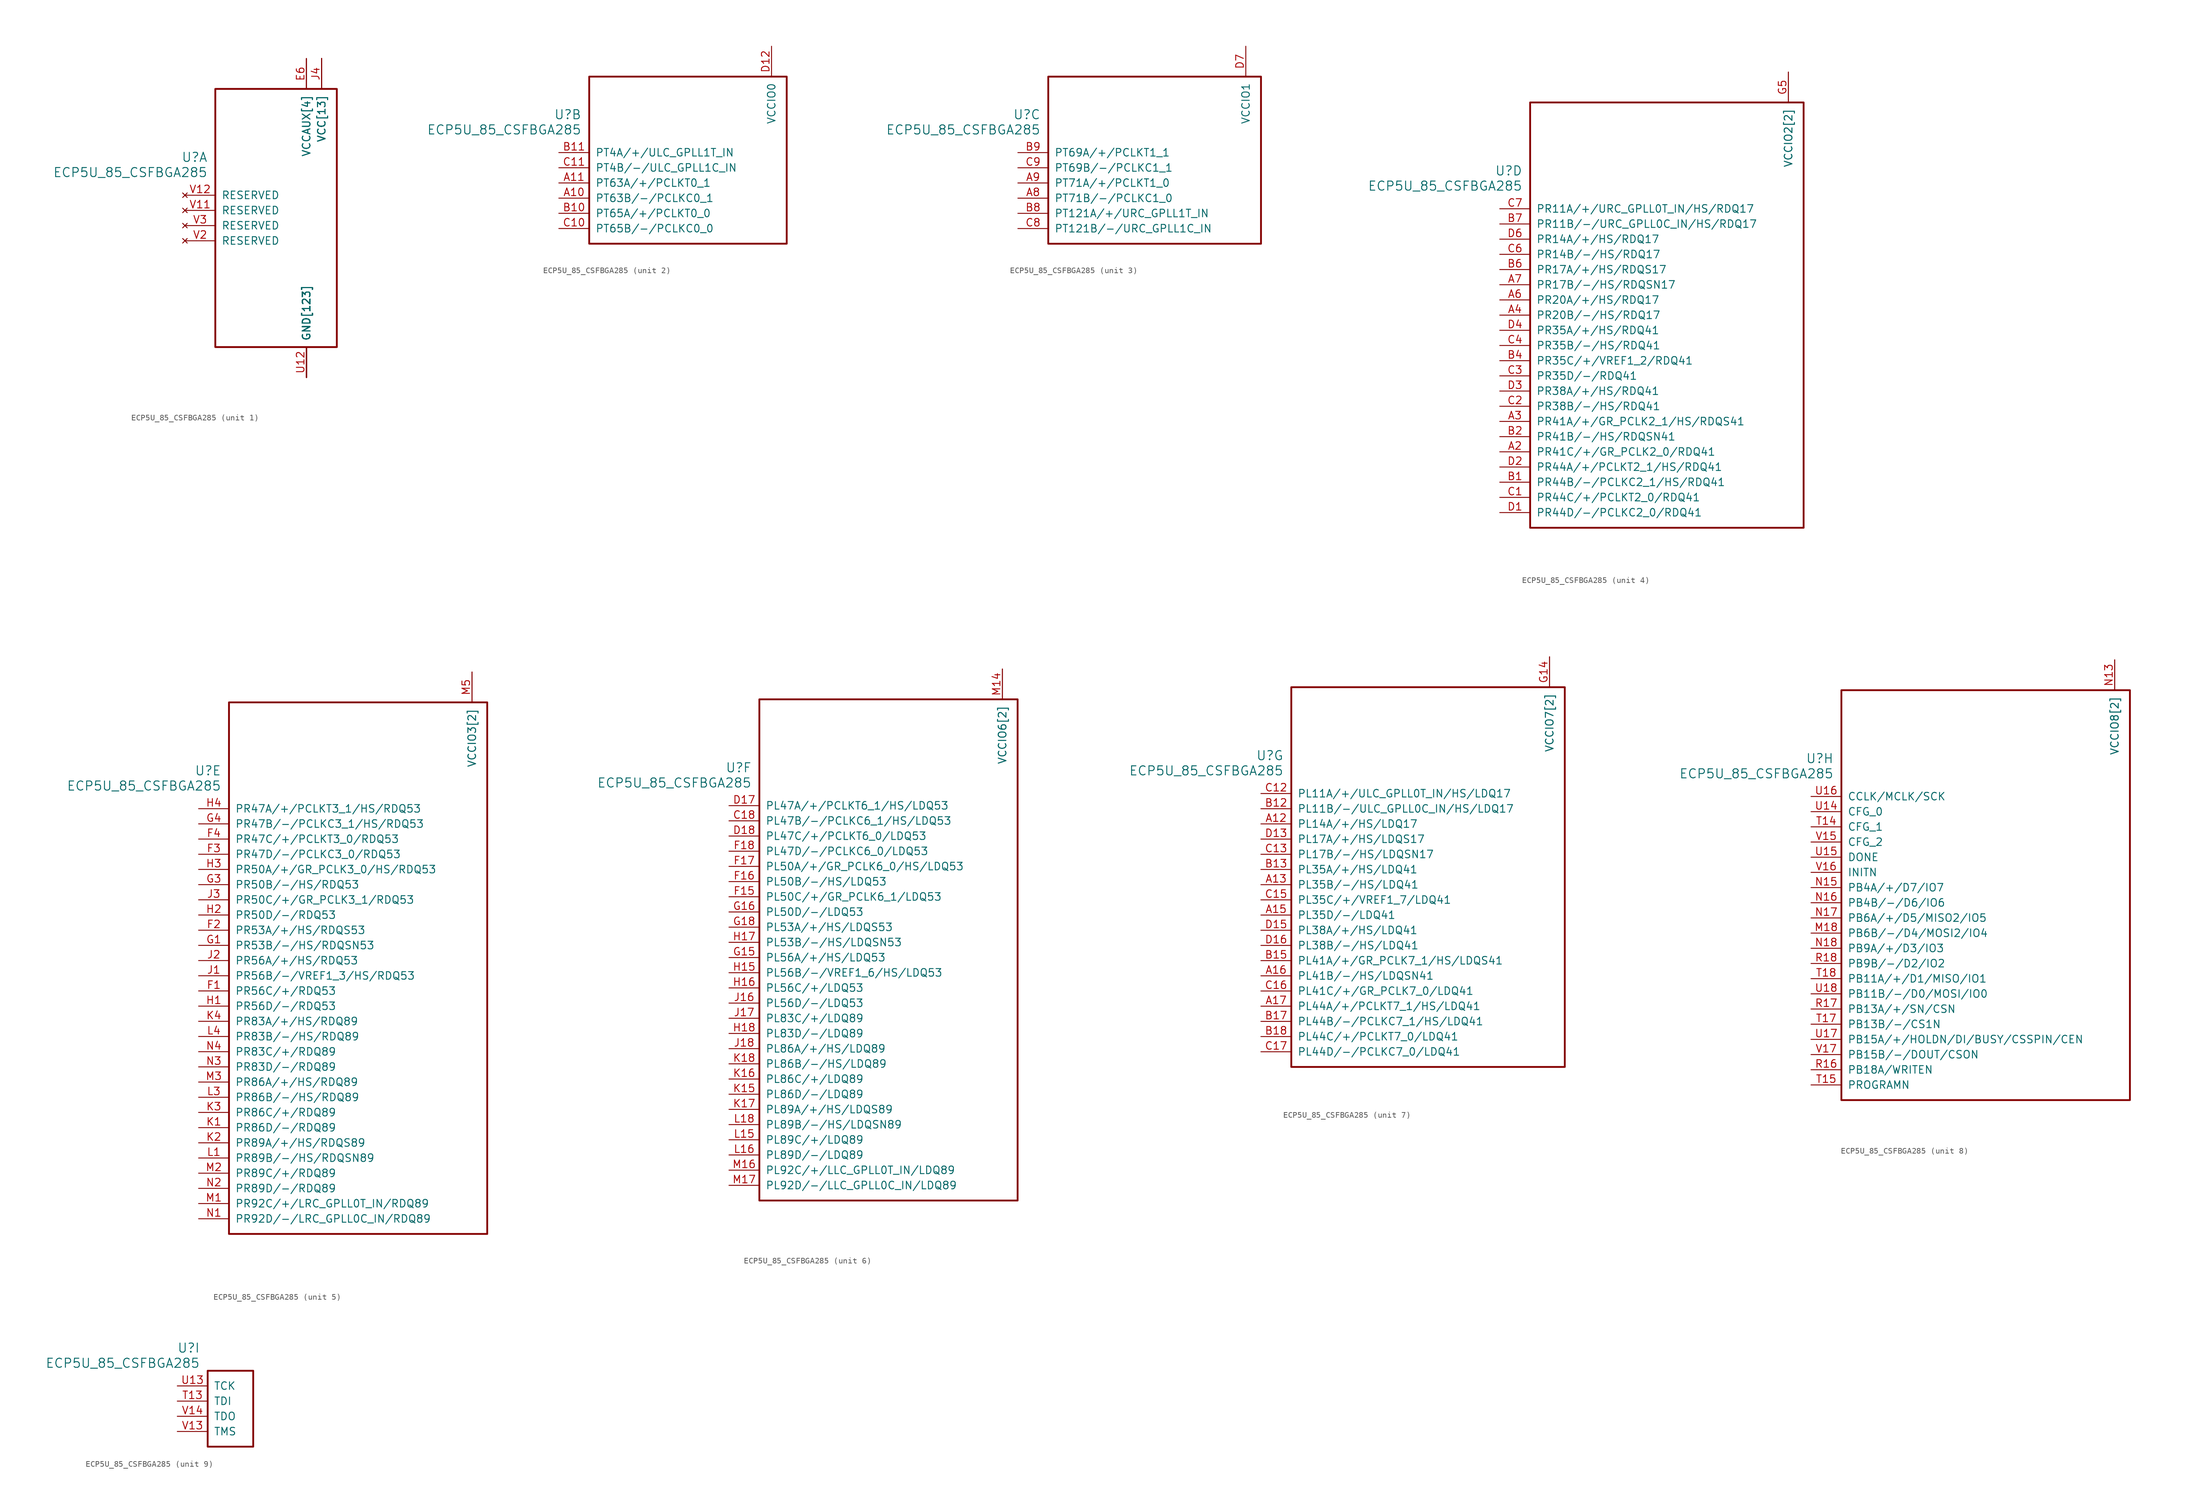
<source format=kicad_sym>
(kicad_symbol_lib
  (version 20211014)
  (generator kicad_symbol_editor)
  (symbol "ECP5U_85_CSFBGA285"
    (pin_names
      (offset 1.016))
    (property "Reference" "U"
      (at 3.81 6.35 0)
      (effects (font (size 1.524 1.524)) (justify right)))
    (property "Value" "ECP5U_85_CSFBGA285"
      (at 3.81 3.81 0)
      (effects (font (size 1.524 1.524)) (justify right)))
    (property "ki_locked" ""
      (at 0 0 0)
      (effects (font (size 1.27 1.27))))
    (symbol "ECP5U_85_CSFBGA285_1_1"
      (rectangle (start 5.08 17.78) (end 25.4 -25.4) (stroke (width 0.305) (type default) (color 0 0 0 0)) (fill (type none)))
      (pin power_in line (at 20.32 -30.48 90) (length 5.08) (name "GND[123]" (effects (font (size 1.27 1.27)))) (number "B16" (effects (font (size 0 0)))))
      (pin power_in line (at 20.32 -30.48 90) (length 5.08) (name "GND[123]" (effects (font (size 1.27 1.27)))) (number "B3" (effects (font (size 0 0)))))
      (pin power_in line (at 22.86 22.86 270) (length 5.08) (name "VCC[13]" (effects (font (size 1.27 1.27)))) (number "D10" (effects (font (size 0 0)))))
      (pin power_in line (at 22.86 22.86 270) (length 5.08) (name "VCC[13]" (effects (font (size 1.27 1.27)))) (number "D11" (effects (font (size 0 0)))))
      (pin power_in line (at 22.86 22.86 270) (length 5.08) (name "VCC[13]" (effects (font (size 1.27 1.27)))) (number "D8" (effects (font (size 0 0)))))
      (pin power_in line (at 22.86 22.86 270) (length 5.08) (name "VCC[13]" (effects (font (size 1.27 1.27)))) (number "D9" (effects (font (size 0 0)))))
      (pin power_in line (at 20.32 -30.48 90) (length 5.08) (name "GND[123]" (effects (font (size 1.27 1.27)))) (number "E10" (effects (font (size 0 0)))))
      (pin power_in line (at 20.32 -30.48 90) (length 5.08) (name "GND[123]" (effects (font (size 1.27 1.27)))) (number "E11" (effects (font (size 0 0)))))
      (pin power_in line (at 20.32 -30.48 90) (length 5.08) (name "GND[123]" (effects (font (size 1.27 1.27)))) (number "E12" (effects (font (size 0 0)))))
      (pin power_in line (at 20.32 22.86 270) (length 5.08) (name "VCCAUX[4]" (effects (font (size 1.27 1.27)))) (number "E13" (effects (font (size 0 0)))))
      (pin power_in line (at 20.32 -30.48 90) (length 5.08) (name "GND[123]" (effects (font (size 1.27 1.27)))) (number "E14" (effects (font (size 0 0)))))
      (pin power_in line (at 20.32 -30.48 90) (length 5.08) (name "GND[123]" (effects (font (size 1.27 1.27)))) (number "E5" (effects (font (size 0 0)))))
      (pin power_in line (at 20.32 22.86 270) (length 5.08) (name "VCCAUX[4]" (effects (font (size 1.27 1.27)))) (number "E6" (effects (font (size 1.27 1.27)))))
      (pin power_in line (at 20.32 -30.48 90) (length 5.08) (name "GND[123]" (effects (font (size 1.27 1.27)))) (number "E7" (effects (font (size 0 0)))))
      (pin power_in line (at 20.32 -30.48 90) (length 5.08) (name "GND[123]" (effects (font (size 1.27 1.27)))) (number "E8" (effects (font (size 0 0)))))
      (pin power_in line (at 20.32 -30.48 90) (length 5.08) (name "GND[123]" (effects (font (size 1.27 1.27)))) (number "E9" (effects (font (size 0 0)))))
      (pin power_in line (at 20.32 -30.48 90) (length 5.08) (name "GND[123]" (effects (font (size 1.27 1.27)))) (number "F10" (effects (font (size 0 0)))))
      (pin power_in line (at 20.32 -30.48 90) (length 5.08) (name "GND[123]" (effects (font (size 1.27 1.27)))) (number "F11" (effects (font (size 0 0)))))
      (pin power_in line (at 20.32 -30.48 90) (length 5.08) (name "GND[123]" (effects (font (size 1.27 1.27)))) (number "F12" (effects (font (size 0 0)))))
      (pin power_in line (at 20.32 -30.48 90) (length 5.08) (name "GND[123]" (effects (font (size 1.27 1.27)))) (number "F13" (effects (font (size 0 0)))))
      (pin power_in line (at 20.32 -30.48 90) (length 5.08) (name "GND[123]" (effects (font (size 1.27 1.27)))) (number "F14" (effects (font (size 0 0)))))
      (pin power_in line (at 20.32 -30.48 90) (length 5.08) (name "GND[123]" (effects (font (size 1.27 1.27)))) (number "F5" (effects (font (size 0 0)))))
      (pin power_in line (at 20.32 -30.48 90) (length 5.08) (name "GND[123]" (effects (font (size 1.27 1.27)))) (number "F6" (effects (font (size 0 0)))))
      (pin power_in line (at 20.32 -30.48 90) (length 5.08) (name "GND[123]" (effects (font (size 1.27 1.27)))) (number "F7" (effects (font (size 0 0)))))
      (pin power_in line (at 20.32 -30.48 90) (length 5.08) (name "GND[123]" (effects (font (size 1.27 1.27)))) (number "F8" (effects (font (size 0 0)))))
      (pin power_in line (at 20.32 -30.48 90) (length 5.08) (name "GND[123]" (effects (font (size 1.27 1.27)))) (number "F9" (effects (font (size 0 0)))))
      (pin power_in line (at 20.32 -30.48 90) (length 5.08) (name "GND[123]" (effects (font (size 1.27 1.27)))) (number "G10" (effects (font (size 0 0)))))
      (pin power_in line (at 20.32 -30.48 90) (length 5.08) (name "GND[123]" (effects (font (size 1.27 1.27)))) (number "G11" (effects (font (size 0 0)))))
      (pin power_in line (at 20.32 -30.48 90) (length 5.08) (name "GND[123]" (effects (font (size 1.27 1.27)))) (number "G12" (effects (font (size 0 0)))))
      (pin power_in line (at 20.32 -30.48 90) (length 5.08) (name "GND[123]" (effects (font (size 1.27 1.27)))) (number "G13" (effects (font (size 0 0)))))
      (pin power_in line (at 20.32 -30.48 90) (length 5.08) (name "GND[123]" (effects (font (size 1.27 1.27)))) (number "G17" (effects (font (size 0 0)))))
      (pin power_in line (at 20.32 -30.48 90) (length 5.08) (name "GND[123]" (effects (font (size 1.27 1.27)))) (number "G2" (effects (font (size 0 0)))))
      (pin power_in line (at 20.32 -30.48 90) (length 5.08) (name "GND[123]" (effects (font (size 1.27 1.27)))) (number "G6" (effects (font (size 0 0)))))
      (pin power_in line (at 20.32 -30.48 90) (length 5.08) (name "GND[123]" (effects (font (size 1.27 1.27)))) (number "G7" (effects (font (size 0 0)))))
      (pin power_in line (at 20.32 -30.48 90) (length 5.08) (name "GND[123]" (effects (font (size 1.27 1.27)))) (number "G8" (effects (font (size 0 0)))))
      (pin power_in line (at 20.32 -30.48 90) (length 5.08) (name "GND[123]" (effects (font (size 1.27 1.27)))) (number "G9" (effects (font (size 0 0)))))
      (pin power_in line (at 20.32 -30.48 90) (length 5.08) (name "GND[123]" (effects (font (size 1.27 1.27)))) (number "H10" (effects (font (size 0 0)))))
      (pin power_in line (at 20.32 -30.48 90) (length 5.08) (name "GND[123]" (effects (font (size 1.27 1.27)))) (number "H11" (effects (font (size 0 0)))))
      (pin power_in line (at 20.32 -30.48 90) (length 5.08) (name "GND[123]" (effects (font (size 1.27 1.27)))) (number "H12" (effects (font (size 0 0)))))
      (pin power_in line (at 20.32 -30.48 90) (length 5.08) (name "GND[123]" (effects (font (size 1.27 1.27)))) (number "H13" (effects (font (size 0 0)))))
      (pin power_in line (at 20.32 -30.48 90) (length 5.08) (name "GND[123]" (effects (font (size 1.27 1.27)))) (number "H6" (effects (font (size 0 0)))))
      (pin power_in line (at 20.32 -30.48 90) (length 5.08) (name "GND[123]" (effects (font (size 1.27 1.27)))) (number "H7" (effects (font (size 0 0)))))
      (pin power_in line (at 20.32 -30.48 90) (length 5.08) (name "GND[123]" (effects (font (size 1.27 1.27)))) (number "H8" (effects (font (size 0 0)))))
      (pin power_in line (at 20.32 -30.48 90) (length 5.08) (name "GND[123]" (effects (font (size 1.27 1.27)))) (number "H9" (effects (font (size 0 0)))))
      (pin power_in line (at 20.32 -30.48 90) (length 5.08) (name "GND[123]" (effects (font (size 1.27 1.27)))) (number "J10" (effects (font (size 0 0)))))
      (pin power_in line (at 20.32 -30.48 90) (length 5.08) (name "GND[123]" (effects (font (size 1.27 1.27)))) (number "J11" (effects (font (size 0 0)))))
      (pin power_in line (at 20.32 -30.48 90) (length 5.08) (name "GND[123]" (effects (font (size 1.27 1.27)))) (number "J12" (effects (font (size 0 0)))))
      (pin power_in line (at 20.32 -30.48 90) (length 5.08) (name "GND[123]" (effects (font (size 1.27 1.27)))) (number "J13" (effects (font (size 0 0)))))
      (pin power_in line (at 22.86 22.86 270) (length 5.08) (name "VCC[13]" (effects (font (size 1.27 1.27)))) (number "J14" (effects (font (size 0 0)))))
      (pin power_in line (at 22.86 22.86 270) (length 5.08) (name "VCC[13]" (effects (font (size 1.27 1.27)))) (number "J15" (effects (font (size 0 0)))))
      (pin power_in line (at 22.86 22.86 270) (length 5.08) (name "VCC[13]" (effects (font (size 1.27 1.27)))) (number "J4" (effects (font (size 1.27 1.27)))))
      (pin power_in line (at 22.86 22.86 270) (length 5.08) (name "VCC[13]" (effects (font (size 1.27 1.27)))) (number "J5" (effects (font (size 0 0)))))
      (pin power_in line (at 20.32 -30.48 90) (length 5.08) (name "GND[123]" (effects (font (size 1.27 1.27)))) (number "J6" (effects (font (size 0 0)))))
      (pin power_in line (at 20.32 -30.48 90) (length 5.08) (name "GND[123]" (effects (font (size 1.27 1.27)))) (number "J7" (effects (font (size 0 0)))))
      (pin power_in line (at 20.32 -30.48 90) (length 5.08) (name "GND[123]" (effects (font (size 1.27 1.27)))) (number "J8" (effects (font (size 0 0)))))
      (pin power_in line (at 20.32 -30.48 90) (length 5.08) (name "GND[123]" (effects (font (size 1.27 1.27)))) (number "J9" (effects (font (size 0 0)))))
      (pin power_in line (at 20.32 -30.48 90) (length 5.08) (name "GND[123]" (effects (font (size 1.27 1.27)))) (number "K10" (effects (font (size 0 0)))))
      (pin power_in line (at 20.32 -30.48 90) (length 5.08) (name "GND[123]" (effects (font (size 1.27 1.27)))) (number "K11" (effects (font (size 0 0)))))
      (pin power_in line (at 20.32 -30.48 90) (length 5.08) (name "GND[123]" (effects (font (size 1.27 1.27)))) (number "K12" (effects (font (size 0 0)))))
      (pin power_in line (at 20.32 -30.48 90) (length 5.08) (name "GND[123]" (effects (font (size 1.27 1.27)))) (number "K13" (effects (font (size 0 0)))))
      (pin power_in line (at 20.32 -30.48 90) (length 5.08) (name "GND[123]" (effects (font (size 1.27 1.27)))) (number "K14" (effects (font (size 0 0)))))
      (pin power_in line (at 20.32 -30.48 90) (length 5.08) (name "GND[123]" (effects (font (size 1.27 1.27)))) (number "K5" (effects (font (size 0 0)))))
      (pin power_in line (at 20.32 -30.48 90) (length 5.08) (name "GND[123]" (effects (font (size 1.27 1.27)))) (number "K6" (effects (font (size 0 0)))))
      (pin power_in line (at 20.32 -30.48 90) (length 5.08) (name "GND[123]" (effects (font (size 1.27 1.27)))) (number "K7" (effects (font (size 0 0)))))
      (pin power_in line (at 20.32 -30.48 90) (length 5.08) (name "GND[123]" (effects (font (size 1.27 1.27)))) (number "K8" (effects (font (size 0 0)))))
      (pin power_in line (at 20.32 -30.48 90) (length 5.08) (name "GND[123]" (effects (font (size 1.27 1.27)))) (number "K9" (effects (font (size 0 0)))))
      (pin power_in line (at 20.32 -30.48 90) (length 5.08) (name "GND[123]" (effects (font (size 1.27 1.27)))) (number "L10" (effects (font (size 0 0)))))
      (pin power_in line (at 20.32 -30.48 90) (length 5.08) (name "GND[123]" (effects (font (size 1.27 1.27)))) (number "L11" (effects (font (size 0 0)))))
      (pin power_in line (at 20.32 -30.48 90) (length 5.08) (name "GND[123]" (effects (font (size 1.27 1.27)))) (number "L12" (effects (font (size 0 0)))))
      (pin power_in line (at 20.32 -30.48 90) (length 5.08) (name "GND[123]" (effects (font (size 1.27 1.27)))) (number "L13" (effects (font (size 0 0)))))
      (pin power_in line (at 20.32 -30.48 90) (length 5.08) (name "GND[123]" (effects (font (size 1.27 1.27)))) (number "L14" (effects (font (size 0 0)))))
      (pin power_in line (at 20.32 -30.48 90) (length 5.08) (name "GND[123]" (effects (font (size 1.27 1.27)))) (number "L17" (effects (font (size 0 0)))))
      (pin power_in line (at 20.32 -30.48 90) (length 5.08) (name "GND[123]" (effects (font (size 1.27 1.27)))) (number "L2" (effects (font (size 0 0)))))
      (pin power_in line (at 20.32 -30.48 90) (length 5.08) (name "GND[123]" (effects (font (size 1.27 1.27)))) (number "L5" (effects (font (size 0 0)))))
      (pin power_in line (at 20.32 -30.48 90) (length 5.08) (name "GND[123]" (effects (font (size 1.27 1.27)))) (number "L6" (effects (font (size 0 0)))))
      (pin power_in line (at 20.32 -30.48 90) (length 5.08) (name "GND[123]" (effects (font (size 1.27 1.27)))) (number "L7" (effects (font (size 0 0)))))
      (pin power_in line (at 20.32 -30.48 90) (length 5.08) (name "GND[123]" (effects (font (size 1.27 1.27)))) (number "L8" (effects (font (size 0 0)))))
      (pin power_in line (at 20.32 -30.48 90) (length 5.08) (name "GND[123]" (effects (font (size 1.27 1.27)))) (number "L9" (effects (font (size 0 0)))))
      (pin power_in line (at 20.32 -30.48 90) (length 5.08) (name "GND[123]" (effects (font (size 1.27 1.27)))) (number "M10" (effects (font (size 0 0)))))
      (pin power_in line (at 20.32 -30.48 90) (length 5.08) (name "GND[123]" (effects (font (size 1.27 1.27)))) (number "M11" (effects (font (size 0 0)))))
      (pin power_in line (at 20.32 -30.48 90) (length 5.08) (name "GND[123]" (effects (font (size 1.27 1.27)))) (number "M12" (effects (font (size 0 0)))))
      (pin power_in line (at 20.32 -30.48 90) (length 5.08) (name "GND[123]" (effects (font (size 1.27 1.27)))) (number "M13" (effects (font (size 0 0)))))
      (pin power_in line (at 22.86 22.86 270) (length 5.08) (name "VCC[13]" (effects (font (size 1.27 1.27)))) (number "M15" (effects (font (size 0 0)))))
      (pin power_in line (at 22.86 22.86 270) (length 5.08) (name "VCC[13]" (effects (font (size 1.27 1.27)))) (number "M4" (effects (font (size 0 0)))))
      (pin power_in line (at 20.32 -30.48 90) (length 5.08) (name "GND[123]" (effects (font (size 1.27 1.27)))) (number "M6" (effects (font (size 0 0)))))
      (pin power_in line (at 20.32 -30.48 90) (length 5.08) (name "GND[123]" (effects (font (size 1.27 1.27)))) (number "M7" (effects (font (size 0 0)))))
      (pin power_in line (at 20.32 -30.48 90) (length 5.08) (name "GND[123]" (effects (font (size 1.27 1.27)))) (number "M8" (effects (font (size 0 0)))))
      (pin power_in line (at 20.32 -30.48 90) (length 5.08) (name "GND[123]" (effects (font (size 1.27 1.27)))) (number "M9" (effects (font (size 0 0)))))
      (pin power_in line (at 20.32 -30.48 90) (length 5.08) (name "GND[123]" (effects (font (size 1.27 1.27)))) (number "N10" (effects (font (size 0 0)))))
      (pin power_in line (at 20.32 -30.48 90) (length 5.08) (name "GND[123]" (effects (font (size 1.27 1.27)))) (number "N11" (effects (font (size 0 0)))))
      (pin power_in line (at 20.32 -30.48 90) (length 5.08) (name "GND[123]" (effects (font (size 1.27 1.27)))) (number "N12" (effects (font (size 0 0)))))
      (pin power_in line (at 20.32 22.86 270) (length 5.08) (name "VCCAUX[4]" (effects (font (size 1.27 1.27)))) (number "N6" (effects (font (size 0 0)))))
      (pin power_in line (at 20.32 -30.48 90) (length 5.08) (name "GND[123]" (effects (font (size 1.27 1.27)))) (number "N7" (effects (font (size 0 0)))))
      (pin power_in line (at 20.32 -30.48 90) (length 5.08) (name "GND[123]" (effects (font (size 1.27 1.27)))) (number "N8" (effects (font (size 0 0)))))
      (pin power_in line (at 20.32 -30.48 90) (length 5.08) (name "GND[123]" (effects (font (size 1.27 1.27)))) (number "N9" (effects (font (size 0 0)))))
      (pin power_in line (at 20.32 -30.48 90) (length 5.08) (name "GND[123]" (effects (font (size 1.27 1.27)))) (number "P10" (effects (font (size 0 0)))))
      (pin power_in line (at 22.86 22.86 270) (length 5.08) (name "VCC[13]" (effects (font (size 1.27 1.27)))) (number "P11" (effects (font (size 0 0)))))
      (pin power_in line (at 20.32 -30.48 90) (length 5.08) (name "GND[123]" (effects (font (size 1.27 1.27)))) (number "P12" (effects (font (size 0 0)))))
      (pin power_in line (at 20.32 22.86 270) (length 5.08) (name "VCCAUX[4]" (effects (font (size 1.27 1.27)))) (number "P13" (effects (font (size 0 0)))))
      (pin power_in line (at 20.32 -30.48 90) (length 5.08) (name "GND[123]" (effects (font (size 1.27 1.27)))) (number "P5" (effects (font (size 0 0)))))
      (pin power_in line (at 20.32 -30.48 90) (length 5.08) (name "GND[123]" (effects (font (size 1.27 1.27)))) (number "P6" (effects (font (size 0 0)))))
      (pin power_in line (at 22.86 22.86 270) (length 5.08) (name "VCC[13]" (effects (font (size 1.27 1.27)))) (number "P7" (effects (font (size 0 0)))))
      (pin power_in line (at 20.32 -30.48 90) (length 5.08) (name "GND[123]" (effects (font (size 1.27 1.27)))) (number "P8" (effects (font (size 0 0)))))
      (pin power_in line (at 22.86 22.86 270) (length 5.08) (name "VCC[13]" (effects (font (size 1.27 1.27)))) (number "P9" (effects (font (size 0 0)))))
      (pin power_in line (at 20.32 -30.48 90) (length 5.08) (name "GND[123]" (effects (font (size 1.27 1.27)))) (number "R1" (effects (font (size 0 0)))))
      (pin power_in line (at 20.32 -30.48 90) (length 5.08) (name "GND[123]" (effects (font (size 1.27 1.27)))) (number "R10" (effects (font (size 0 0)))))
      (pin power_in line (at 20.32 -30.48 90) (length 5.08) (name "GND[123]" (effects (font (size 1.27 1.27)))) (number "R2" (effects (font (size 0 0)))))
      (pin power_in line (at 20.32 -30.48 90) (length 5.08) (name "GND[123]" (effects (font (size 1.27 1.27)))) (number "R3" (effects (font (size 0 0)))))
      (pin power_in line (at 20.32 -30.48 90) (length 5.08) (name "GND[123]" (effects (font (size 1.27 1.27)))) (number "T1" (effects (font (size 0 0)))))
      (pin power_in line (at 20.32 -30.48 90) (length 5.08) (name "GND[123]" (effects (font (size 1.27 1.27)))) (number "T10" (effects (font (size 0 0)))))
      (pin power_in line (at 20.32 -30.48 90) (length 5.08) (name "GND[123]" (effects (font (size 1.27 1.27)))) (number "T11" (effects (font (size 0 0)))))
      (pin power_in line (at 20.32 -30.48 90) (length 5.08) (name "GND[123]" (effects (font (size 1.27 1.27)))) (number "T12" (effects (font (size 0 0)))))
      (pin power_in line (at 20.32 -30.48 90) (length 5.08) (name "GND[123]" (effects (font (size 1.27 1.27)))) (number "T16" (effects (font (size 0 0)))))
      (pin power_in line (at 20.32 -30.48 90) (length 5.08) (name "GND[123]" (effects (font (size 1.27 1.27)))) (number "T2" (effects (font (size 0 0)))))
      (pin power_in line (at 20.32 -30.48 90) (length 5.08) (name "GND[123]" (effects (font (size 1.27 1.27)))) (number "T3" (effects (font (size 0 0)))))
      (pin power_in line (at 20.32 -30.48 90) (length 5.08) (name "GND[123]" (effects (font (size 1.27 1.27)))) (number "T4" (effects (font (size 0 0)))))
      (pin power_in line (at 20.32 -30.48 90) (length 5.08) (name "GND[123]" (effects (font (size 1.27 1.27)))) (number "T5" (effects (font (size 0 0)))))
      (pin power_in line (at 20.32 -30.48 90) (length 5.08) (name "GND[123]" (effects (font (size 1.27 1.27)))) (number "T6" (effects (font (size 0 0)))))
      (pin power_in line (at 20.32 -30.48 90) (length 5.08) (name "GND[123]" (effects (font (size 1.27 1.27)))) (number "T7" (effects (font (size 0 0)))))
      (pin power_in line (at 20.32 -30.48 90) (length 5.08) (name "GND[123]" (effects (font (size 1.27 1.27)))) (number "T8" (effects (font (size 0 0)))))
      (pin power_in line (at 20.32 -30.48 90) (length 5.08) (name "GND[123]" (effects (font (size 1.27 1.27)))) (number "T9" (effects (font (size 0 0)))))
      (pin power_in line (at 20.32 -30.48 90) (length 5.08) (name "GND[123]" (effects (font (size 1.27 1.27)))) (number "U1" (effects (font (size 0 0)))))
      (pin power_in line (at 20.32 -30.48 90) (length 5.08) (name "GND[123]" (effects (font (size 1.27 1.27)))) (number "U10" (effects (font (size 0 0)))))
      (pin power_in line (at 20.32 -30.48 90) (length 5.08) (name "GND[123]" (effects (font (size 1.27 1.27)))) (number "U11" (effects (font (size 0 0)))))
      (pin power_in line (at 20.32 -30.48 90) (length 5.08) (name "GND[123]" (effects (font (size 1.27 1.27)))) (number "U12" (effects (font (size 1.27 1.27)))))
      (pin power_in line (at 20.32 -30.48 90) (length 5.08) (name "GND[123]" (effects (font (size 1.27 1.27)))) (number "U2" (effects (font (size 0 0)))))
      (pin power_in line (at 20.32 -30.48 90) (length 5.08) (name "GND[123]" (effects (font (size 1.27 1.27)))) (number "U3" (effects (font (size 0 0)))))
      (pin power_in line (at 20.32 -30.48 90) (length 5.08) (name "GND[123]" (effects (font (size 1.27 1.27)))) (number "U4" (effects (font (size 0 0)))))
      (pin power_in line (at 20.32 -30.48 90) (length 5.08) (name "GND[123]" (effects (font (size 1.27 1.27)))) (number "U5" (effects (font (size 0 0)))))
      (pin power_in line (at 20.32 -30.48 90) (length 5.08) (name "GND[123]" (effects (font (size 1.27 1.27)))) (number "U6" (effects (font (size 0 0)))))
      (pin power_in line (at 20.32 -30.48 90) (length 5.08) (name "GND[123]" (effects (font (size 1.27 1.27)))) (number "U7" (effects (font (size 0 0)))))
      (pin power_in line (at 20.32 -30.48 90) (length 5.08) (name "GND[123]" (effects (font (size 1.27 1.27)))) (number "U8" (effects (font (size 0 0)))))
      (pin power_in line (at 20.32 -30.48 90) (length 5.08) (name "GND[123]" (effects (font (size 1.27 1.27)))) (number "U9" (effects (font (size 0 0)))))
      (pin power_in line (at 20.32 -30.48 90) (length 5.08) (name "GND[123]" (effects (font (size 1.27 1.27)))) (number "V10" (effects (font (size 0 0)))))
      (pin no_connect line (at 0 -2.54 0) (length 5.08) (name "RESERVED" (effects (font (size 1.27 1.27)))) (number "V11" (effects (font (size 1.27 1.27)))))
      (pin no_connect line (at 0 0 0) (length 5.08) (name "RESERVED" (effects (font (size 1.27 1.27)))) (number "V12" (effects (font (size 1.27 1.27)))))
      (pin no_connect line (at 0 -7.62 0) (length 5.08) (name "RESERVED" (effects (font (size 1.27 1.27)))) (number "V2" (effects (font (size 1.27 1.27)))))
      (pin no_connect line (at 0 -5.08 0) (length 5.08) (name "RESERVED" (effects (font (size 1.27 1.27)))) (number "V3" (effects (font (size 1.27 1.27)))))
      (pin power_in line (at 20.32 -30.48 90) (length 5.08) (name "GND[123]" (effects (font (size 1.27 1.27)))) (number "V4" (effects (font (size 0 0)))))
      (pin power_in line (at 20.32 -30.48 90) (length 5.08) (name "GND[123]" (effects (font (size 1.27 1.27)))) (number "V5" (effects (font (size 0 0)))))
      (pin power_in line (at 20.32 -30.48 90) (length 5.08) (name "GND[123]" (effects (font (size 1.27 1.27)))) (number "V6" (effects (font (size 0 0)))))
      (pin power_in line (at 20.32 -30.48 90) (length 5.08) (name "GND[123]" (effects (font (size 1.27 1.27)))) (number "V7" (effects (font (size 0 0)))))
      (pin power_in line (at 20.32 -30.48 90) (length 5.08) (name "GND[123]" (effects (font (size 1.27 1.27)))) (number "V8" (effects (font (size 0 0)))))
      (pin power_in line (at 20.32 -30.48 90) (length 5.08) (name "GND[123]" (effects (font (size 1.27 1.27)))) (number "V9" (effects (font (size 0 0))))))
    (symbol "ECP5U_85_CSFBGA285_2_1"
      (rectangle (start 5.08 12.7) (end 38.1 -15.24) (stroke (width 0.305) (type default) (color 0 0 0 0)) (fill (type none)))
      (pin bidirectional line (at 0 -7.62 0) (length 5.08) (name "PT63B/-/PCLKC0_1" (effects (font (size 1.27 1.27)))) (number "A10" (effects (font (size 1.27 1.27)))))
      (pin bidirectional line (at 0 -5.08 0) (length 5.08) (name "PT63A/+/PCLKT0_1" (effects (font (size 1.27 1.27)))) (number "A11" (effects (font (size 1.27 1.27)))))
      (pin bidirectional line (at 0 -10.16 0) (length 5.08) (name "PT65A/+/PCLKT0_0" (effects (font (size 1.27 1.27)))) (number "B10" (effects (font (size 1.27 1.27)))))
      (pin bidirectional line (at 0 0 0) (length 5.08) (name "PT4A/+/ULC_GPLL1T_IN" (effects (font (size 1.27 1.27)))) (number "B11" (effects (font (size 1.27 1.27)))))
      (pin bidirectional line (at 0 -12.7 0) (length 5.08) (name "PT65B/-/PCLKC0_0" (effects (font (size 1.27 1.27)))) (number "C10" (effects (font (size 1.27 1.27)))))
      (pin bidirectional line (at 0 -2.54 0) (length 5.08) (name "PT4B/-/ULC_GPLL1C_IN" (effects (font (size 1.27 1.27)))) (number "C11" (effects (font (size 1.27 1.27)))))
      (pin power_in line (at 35.56 17.78 270) (length 5.08) (name "VCCIO0" (effects (font (size 1.27 1.27)))) (number "D12" (effects (font (size 1.27 1.27))))))
    (symbol "ECP5U_85_CSFBGA285_3_1"
      (rectangle (start 5.08 12.7) (end 40.64 -15.24) (stroke (width 0.305) (type default) (color 0 0 0 0)) (fill (type none)))
      (pin bidirectional line (at 0 -7.62 0) (length 5.08) (name "PT71B/-/PCLKC1_0" (effects (font (size 1.27 1.27)))) (number "A8" (effects (font (size 1.27 1.27)))))
      (pin bidirectional line (at 0 -5.08 0) (length 5.08) (name "PT71A/+/PCLKT1_0" (effects (font (size 1.27 1.27)))) (number "A9" (effects (font (size 1.27 1.27)))))
      (pin bidirectional line (at 0 -10.16 0) (length 5.08) (name "PT121A/+/URC_GPLL1T_IN" (effects (font (size 1.27 1.27)))) (number "B8" (effects (font (size 1.27 1.27)))))
      (pin bidirectional line (at 0 0 0) (length 5.08) (name "PT69A/+/PCLKT1_1" (effects (font (size 1.27 1.27)))) (number "B9" (effects (font (size 1.27 1.27)))))
      (pin bidirectional line (at 0 -12.7 0) (length 5.08) (name "PT121B/-/URC_GPLL1C_IN" (effects (font (size 1.27 1.27)))) (number "C8" (effects (font (size 1.27 1.27)))))
      (pin bidirectional line (at 0 -2.54 0) (length 5.08) (name "PT69B/-/PCLKC1_1" (effects (font (size 1.27 1.27)))) (number "C9" (effects (font (size 1.27 1.27)))))
      (pin power_in line (at 38.1 17.78 270) (length 5.08) (name "VCCIO1" (effects (font (size 1.27 1.27)))) (number "D7" (effects (font (size 1.27 1.27))))))
    (symbol "ECP5U_85_CSFBGA285_4_1"
      (rectangle (start 5.08 17.78) (end 50.8 -53.34) (stroke (width 0.305) (type default) (color 0 0 0 0)) (fill (type none)))
      (pin bidirectional line (at 0 -40.64 0) (length 5.08) (name "PR41C/+/GR_PCLK2_0/RDQ41" (effects (font (size 1.27 1.27)))) (number "A2" (effects (font (size 1.27 1.27)))))
      (pin bidirectional line (at 0 -35.56 0) (length 5.08) (name "PR41A/+/GR_PCLK2_1/HS/RDQS41" (effects (font (size 1.27 1.27)))) (number "A3" (effects (font (size 1.27 1.27)))))
      (pin bidirectional line (at 0 -17.78 0) (length 5.08) (name "PR20B/-/HS/RDQ17" (effects (font (size 1.27 1.27)))) (number "A4" (effects (font (size 1.27 1.27)))))
      (pin bidirectional line (at 0 -15.24 0) (length 5.08) (name "PR20A/+/HS/RDQ17" (effects (font (size 1.27 1.27)))) (number "A6" (effects (font (size 1.27 1.27)))))
      (pin bidirectional line (at 0 -12.7 0) (length 5.08) (name "PR17B/-/HS/RDQSN17" (effects (font (size 1.27 1.27)))) (number "A7" (effects (font (size 1.27 1.27)))))
      (pin bidirectional line (at 0 -45.72 0) (length 5.08) (name "PR44B/-/PCLKC2_1/HS/RDQ41" (effects (font (size 1.27 1.27)))) (number "B1" (effects (font (size 1.27 1.27)))))
      (pin bidirectional line (at 0 -38.1 0) (length 5.08) (name "PR41B/-/HS/RDQSN41" (effects (font (size 1.27 1.27)))) (number "B2" (effects (font (size 1.27 1.27)))))
      (pin bidirectional line (at 0 -25.4 0) (length 5.08) (name "PR35C/+/VREF1_2/RDQ41" (effects (font (size 1.27 1.27)))) (number "B4" (effects (font (size 1.27 1.27)))))
      (pin bidirectional line (at 0 -10.16 0) (length 5.08) (name "PR17A/+/HS/RDQS17" (effects (font (size 1.27 1.27)))) (number "B6" (effects (font (size 1.27 1.27)))))
      (pin bidirectional line (at 0 -2.54 0) (length 5.08) (name "PR11B/-/URC_GPLL0C_IN/HS/RDQ17" (effects (font (size 1.27 1.27)))) (number "B7" (effects (font (size 1.27 1.27)))))
      (pin bidirectional line (at 0 -48.26 0) (length 5.08) (name "PR44C/+/PCLKT2_0/RDQ41" (effects (font (size 1.27 1.27)))) (number "C1" (effects (font (size 1.27 1.27)))))
      (pin bidirectional line (at 0 -33.02 0) (length 5.08) (name "PR38B/-/HS/RDQ41" (effects (font (size 1.27 1.27)))) (number "C2" (effects (font (size 1.27 1.27)))))
      (pin bidirectional line (at 0 -27.94 0) (length 5.08) (name "PR35D/-/RDQ41" (effects (font (size 1.27 1.27)))) (number "C3" (effects (font (size 1.27 1.27)))))
      (pin bidirectional line (at 0 -22.86 0) (length 5.08) (name "PR35B/-/HS/RDQ41" (effects (font (size 1.27 1.27)))) (number "C4" (effects (font (size 1.27 1.27)))))
      (pin bidirectional line (at 0 -7.62 0) (length 5.08) (name "PR14B/-/HS/RDQ17" (effects (font (size 1.27 1.27)))) (number "C6" (effects (font (size 1.27 1.27)))))
      (pin bidirectional line (at 0 0 0) (length 5.08) (name "PR11A/+/URC_GPLL0T_IN/HS/RDQ17" (effects (font (size 1.27 1.27)))) (number "C7" (effects (font (size 1.27 1.27)))))
      (pin bidirectional line (at 0 -50.8 0) (length 5.08) (name "PR44D/-/PCLKC2_0/RDQ41" (effects (font (size 1.27 1.27)))) (number "D1" (effects (font (size 1.27 1.27)))))
      (pin bidirectional line (at 0 -43.18 0) (length 5.08) (name "PR44A/+/PCLKT2_1/HS/RDQ41" (effects (font (size 1.27 1.27)))) (number "D2" (effects (font (size 1.27 1.27)))))
      (pin bidirectional line (at 0 -30.48 0) (length 5.08) (name "PR38A/+/HS/RDQ41" (effects (font (size 1.27 1.27)))) (number "D3" (effects (font (size 1.27 1.27)))))
      (pin bidirectional line (at 0 -20.32 0) (length 5.08) (name "PR35A/+/HS/RDQ41" (effects (font (size 1.27 1.27)))) (number "D4" (effects (font (size 1.27 1.27)))))
      (pin bidirectional line (at 0 -5.08 0) (length 5.08) (name "PR14A/+/HS/RDQ17" (effects (font (size 1.27 1.27)))) (number "D6" (effects (font (size 1.27 1.27)))))
      (pin power_in line (at 48.26 22.86 270) (length 5.08) (name "VCCIO2[2]" (effects (font (size 1.27 1.27)))) (number "G5" (effects (font (size 1.27 1.27)))))
      (pin power_in line (at 48.26 22.86 270) (length 5.08) (name "VCCIO2[2]" (effects (font (size 1.27 1.27)))) (number "H5" (effects (font (size 0 0))))))
    (symbol "ECP5U_85_CSFBGA285_5_1"
      (rectangle (start 5.08 17.78) (end 48.26 -71.12) (stroke (width 0.305) (type default) (color 0 0 0 0)) (fill (type none)))
      (pin bidirectional line (at 0 -30.48 0) (length 5.08) (name "PR56C/+/RDQ53" (effects (font (size 1.27 1.27)))) (number "F1" (effects (font (size 1.27 1.27)))))
      (pin bidirectional line (at 0 -20.32 0) (length 5.08) (name "PR53A/+/HS/RDQS53" (effects (font (size 1.27 1.27)))) (number "F2" (effects (font (size 1.27 1.27)))))
      (pin bidirectional line (at 0 -7.62 0) (length 5.08) (name "PR47D/-/PCLKC3_0/RDQ53" (effects (font (size 1.27 1.27)))) (number "F3" (effects (font (size 1.27 1.27)))))
      (pin bidirectional line (at 0 -5.08 0) (length 5.08) (name "PR47C/+/PCLKT3_0/RDQ53" (effects (font (size 1.27 1.27)))) (number "F4" (effects (font (size 1.27 1.27)))))
      (pin bidirectional line (at 0 -22.86 0) (length 5.08) (name "PR53B/-/HS/RDQSN53" (effects (font (size 1.27 1.27)))) (number "G1" (effects (font (size 1.27 1.27)))))
      (pin bidirectional line (at 0 -12.7 0) (length 5.08) (name "PR50B/-/HS/RDQ53" (effects (font (size 1.27 1.27)))) (number "G3" (effects (font (size 1.27 1.27)))))
      (pin bidirectional line (at 0 -2.54 0) (length 5.08) (name "PR47B/-/PCLKC3_1/HS/RDQ53" (effects (font (size 1.27 1.27)))) (number "G4" (effects (font (size 1.27 1.27)))))
      (pin bidirectional line (at 0 -33.02 0) (length 5.08) (name "PR56D/-/RDQ53" (effects (font (size 1.27 1.27)))) (number "H1" (effects (font (size 1.27 1.27)))))
      (pin bidirectional line (at 0 -17.78 0) (length 5.08) (name "PR50D/-/RDQ53" (effects (font (size 1.27 1.27)))) (number "H2" (effects (font (size 1.27 1.27)))))
      (pin bidirectional line (at 0 -10.16 0) (length 5.08) (name "PR50A/+/GR_PCLK3_0/HS/RDQ53" (effects (font (size 1.27 1.27)))) (number "H3" (effects (font (size 1.27 1.27)))))
      (pin bidirectional line (at 0 0 0) (length 5.08) (name "PR47A/+/PCLKT3_1/HS/RDQ53" (effects (font (size 1.27 1.27)))) (number "H4" (effects (font (size 1.27 1.27)))))
      (pin bidirectional line (at 0 -27.94 0) (length 5.08) (name "PR56B/-/VREF1_3/HS/RDQ53" (effects (font (size 1.27 1.27)))) (number "J1" (effects (font (size 1.27 1.27)))))
      (pin bidirectional line (at 0 -25.4 0) (length 5.08) (name "PR56A/+/HS/RDQ53" (effects (font (size 1.27 1.27)))) (number "J2" (effects (font (size 1.27 1.27)))))
      (pin bidirectional line (at 0 -15.24 0) (length 5.08) (name "PR50C/+/GR_PCLK3_1/RDQ53" (effects (font (size 1.27 1.27)))) (number "J3" (effects (font (size 1.27 1.27)))))
      (pin bidirectional line (at 0 -53.34 0) (length 5.08) (name "PR86D/-/RDQ89" (effects (font (size 1.27 1.27)))) (number "K1" (effects (font (size 1.27 1.27)))))
      (pin bidirectional line (at 0 -55.88 0) (length 5.08) (name "PR89A/+/HS/RDQS89" (effects (font (size 1.27 1.27)))) (number "K2" (effects (font (size 1.27 1.27)))))
      (pin bidirectional line (at 0 -50.8 0) (length 5.08) (name "PR86C/+/RDQ89" (effects (font (size 1.27 1.27)))) (number "K3" (effects (font (size 1.27 1.27)))))
      (pin bidirectional line (at 0 -35.56 0) (length 5.08) (name "PR83A/+/HS/RDQ89" (effects (font (size 1.27 1.27)))) (number "K4" (effects (font (size 1.27 1.27)))))
      (pin bidirectional line (at 0 -58.42 0) (length 5.08) (name "PR89B/-/HS/RDQSN89" (effects (font (size 1.27 1.27)))) (number "L1" (effects (font (size 1.27 1.27)))))
      (pin bidirectional line (at 0 -48.26 0) (length 5.08) (name "PR86B/-/HS/RDQ89" (effects (font (size 1.27 1.27)))) (number "L3" (effects (font (size 1.27 1.27)))))
      (pin bidirectional line (at 0 -38.1 0) (length 5.08) (name "PR83B/-/HS/RDQ89" (effects (font (size 1.27 1.27)))) (number "L4" (effects (font (size 1.27 1.27)))))
      (pin bidirectional line (at 0 -66.04 0) (length 5.08) (name "PR92C/+/LRC_GPLL0T_IN/RDQ89" (effects (font (size 1.27 1.27)))) (number "M1" (effects (font (size 1.27 1.27)))))
      (pin bidirectional line (at 0 -60.96 0) (length 5.08) (name "PR89C/+/RDQ89" (effects (font (size 1.27 1.27)))) (number "M2" (effects (font (size 1.27 1.27)))))
      (pin bidirectional line (at 0 -45.72 0) (length 5.08) (name "PR86A/+/HS/RDQ89" (effects (font (size 1.27 1.27)))) (number "M3" (effects (font (size 1.27 1.27)))))
      (pin power_in line (at 45.72 22.86 270) (length 5.08) (name "VCCIO3[2]" (effects (font (size 1.27 1.27)))) (number "M5" (effects (font (size 1.27 1.27)))))
      (pin bidirectional line (at 0 -68.58 0) (length 5.08) (name "PR92D/-/LRC_GPLL0C_IN/RDQ89" (effects (font (size 1.27 1.27)))) (number "N1" (effects (font (size 1.27 1.27)))))
      (pin bidirectional line (at 0 -63.5 0) (length 5.08) (name "PR89D/-/RDQ89" (effects (font (size 1.27 1.27)))) (number "N2" (effects (font (size 1.27 1.27)))))
      (pin bidirectional line (at 0 -43.18 0) (length 5.08) (name "PR83D/-/RDQ89" (effects (font (size 1.27 1.27)))) (number "N3" (effects (font (size 1.27 1.27)))))
      (pin bidirectional line (at 0 -40.64 0) (length 5.08) (name "PR83C/+/RDQ89" (effects (font (size 1.27 1.27)))) (number "N4" (effects (font (size 1.27 1.27)))))
      (pin power_in line (at 45.72 22.86 270) (length 5.08) (name "VCCIO3[2]" (effects (font (size 1.27 1.27)))) (number "N5" (effects (font (size 0 0))))))
    (symbol "ECP5U_85_CSFBGA285_6_1"
      (rectangle (start 5.08 17.78) (end 48.26 -66.04) (stroke (width 0.305) (type default) (color 0 0 0 0)) (fill (type none)))
      (pin bidirectional line (at 0 -2.54 0) (length 5.08) (name "PL47B/-/PCLKC6_1/HS/LDQ53" (effects (font (size 1.27 1.27)))) (number "C18" (effects (font (size 1.27 1.27)))))
      (pin bidirectional line (at 0 0 0) (length 5.08) (name "PL47A/+/PCLKT6_1/HS/LDQ53" (effects (font (size 1.27 1.27)))) (number "D17" (effects (font (size 1.27 1.27)))))
      (pin bidirectional line (at 0 -5.08 0) (length 5.08) (name "PL47C/+/PCLKT6_0/LDQ53" (effects (font (size 1.27 1.27)))) (number "D18" (effects (font (size 1.27 1.27)))))
      (pin bidirectional line (at 0 -15.24 0) (length 5.08) (name "PL50C/+/GR_PCLK6_1/LDQ53" (effects (font (size 1.27 1.27)))) (number "F15" (effects (font (size 1.27 1.27)))))
      (pin bidirectional line (at 0 -12.7 0) (length 5.08) (name "PL50B/-/HS/LDQ53" (effects (font (size 1.27 1.27)))) (number "F16" (effects (font (size 1.27 1.27)))))
      (pin bidirectional line (at 0 -10.16 0) (length 5.08) (name "PL50A/+/GR_PCLK6_0/HS/LDQ53" (effects (font (size 1.27 1.27)))) (number "F17" (effects (font (size 1.27 1.27)))))
      (pin bidirectional line (at 0 -7.62 0) (length 5.08) (name "PL47D/-/PCLKC6_0/LDQ53" (effects (font (size 1.27 1.27)))) (number "F18" (effects (font (size 1.27 1.27)))))
      (pin bidirectional line (at 0 -25.4 0) (length 5.08) (name "PL56A/+/HS/LDQ53" (effects (font (size 1.27 1.27)))) (number "G15" (effects (font (size 1.27 1.27)))))
      (pin bidirectional line (at 0 -17.78 0) (length 5.08) (name "PL50D/-/LDQ53" (effects (font (size 1.27 1.27)))) (number "G16" (effects (font (size 1.27 1.27)))))
      (pin bidirectional line (at 0 -20.32 0) (length 5.08) (name "PL53A/+/HS/LDQS53" (effects (font (size 1.27 1.27)))) (number "G18" (effects (font (size 1.27 1.27)))))
      (pin bidirectional line (at 0 -27.94 0) (length 5.08) (name "PL56B/-/VREF1_6/HS/LDQ53" (effects (font (size 1.27 1.27)))) (number "H15" (effects (font (size 1.27 1.27)))))
      (pin bidirectional line (at 0 -30.48 0) (length 5.08) (name "PL56C/+/LDQ53" (effects (font (size 1.27 1.27)))) (number "H16" (effects (font (size 1.27 1.27)))))
      (pin bidirectional line (at 0 -22.86 0) (length 5.08) (name "PL53B/-/HS/LDQSN53" (effects (font (size 1.27 1.27)))) (number "H17" (effects (font (size 1.27 1.27)))))
      (pin bidirectional line (at 0 -38.1 0) (length 5.08) (name "PL83D/-/LDQ89" (effects (font (size 1.27 1.27)))) (number "H18" (effects (font (size 1.27 1.27)))))
      (pin bidirectional line (at 0 -33.02 0) (length 5.08) (name "PL56D/-/LDQ53" (effects (font (size 1.27 1.27)))) (number "J16" (effects (font (size 1.27 1.27)))))
      (pin bidirectional line (at 0 -35.56 0) (length 5.08) (name "PL83C/+/LDQ89" (effects (font (size 1.27 1.27)))) (number "J17" (effects (font (size 1.27 1.27)))))
      (pin bidirectional line (at 0 -40.64 0) (length 5.08) (name "PL86A/+/HS/LDQ89" (effects (font (size 1.27 1.27)))) (number "J18" (effects (font (size 1.27 1.27)))))
      (pin bidirectional line (at 0 -48.26 0) (length 5.08) (name "PL86D/-/LDQ89" (effects (font (size 1.27 1.27)))) (number "K15" (effects (font (size 1.27 1.27)))))
      (pin bidirectional line (at 0 -45.72 0) (length 5.08) (name "PL86C/+/LDQ89" (effects (font (size 1.27 1.27)))) (number "K16" (effects (font (size 1.27 1.27)))))
      (pin bidirectional line (at 0 -50.8 0) (length 5.08) (name "PL89A/+/HS/LDQS89" (effects (font (size 1.27 1.27)))) (number "K17" (effects (font (size 1.27 1.27)))))
      (pin bidirectional line (at 0 -43.18 0) (length 5.08) (name "PL86B/-/HS/LDQ89" (effects (font (size 1.27 1.27)))) (number "K18" (effects (font (size 1.27 1.27)))))
      (pin bidirectional line (at 0 -55.88 0) (length 5.08) (name "PL89C/+/LDQ89" (effects (font (size 1.27 1.27)))) (number "L15" (effects (font (size 1.27 1.27)))))
      (pin bidirectional line (at 0 -58.42 0) (length 5.08) (name "PL89D/-/LDQ89" (effects (font (size 1.27 1.27)))) (number "L16" (effects (font (size 1.27 1.27)))))
      (pin bidirectional line (at 0 -53.34 0) (length 5.08) (name "PL89B/-/HS/LDQSN89" (effects (font (size 1.27 1.27)))) (number "L18" (effects (font (size 1.27 1.27)))))
      (pin power_in line (at 45.72 22.86 270) (length 5.08) (name "VCCIO6[2]" (effects (font (size 1.27 1.27)))) (number "M14" (effects (font (size 1.27 1.27)))))
      (pin bidirectional line (at 0 -60.96 0) (length 5.08) (name "PL92C/+/LLC_GPLL0T_IN/LDQ89" (effects (font (size 1.27 1.27)))) (number "M16" (effects (font (size 1.27 1.27)))))
      (pin bidirectional line (at 0 -63.5 0) (length 5.08) (name "PL92D/-/LLC_GPLL0C_IN/LDQ89" (effects (font (size 1.27 1.27)))) (number "M17" (effects (font (size 1.27 1.27)))))
      (pin power_in line (at 45.72 22.86 270) (length 5.08) (name "VCCIO6[2]" (effects (font (size 1.27 1.27)))) (number "N14" (effects (font (size 0 0))))))
    (symbol "ECP5U_85_CSFBGA285_7_1"
      (rectangle (start 5.08 17.78) (end 50.8 -45.72) (stroke (width 0.305) (type default) (color 0 0 0 0)) (fill (type none)))
      (pin bidirectional line (at 0 -5.08 0) (length 5.08) (name "PL14A/+/HS/LDQ17" (effects (font (size 1.27 1.27)))) (number "A12" (effects (font (size 1.27 1.27)))))
      (pin bidirectional line (at 0 -15.24 0) (length 5.08) (name "PL35B/-/HS/LDQ41" (effects (font (size 1.27 1.27)))) (number "A13" (effects (font (size 1.27 1.27)))))
      (pin bidirectional line (at 0 -20.32 0) (length 5.08) (name "PL35D/-/LDQ41" (effects (font (size 1.27 1.27)))) (number "A15" (effects (font (size 1.27 1.27)))))
      (pin bidirectional line (at 0 -30.48 0) (length 5.08) (name "PL41B/-/HS/LDQSN41" (effects (font (size 1.27 1.27)))) (number "A16" (effects (font (size 1.27 1.27)))))
      (pin bidirectional line (at 0 -35.56 0) (length 5.08) (name "PL44A/+/PCLKT7_1/HS/LDQ41" (effects (font (size 1.27 1.27)))) (number "A17" (effects (font (size 1.27 1.27)))))
      (pin bidirectional line (at 0 -2.54 0) (length 5.08) (name "PL11B/-/ULC_GPLL0C_IN/HS/LDQ17" (effects (font (size 1.27 1.27)))) (number "B12" (effects (font (size 1.27 1.27)))))
      (pin bidirectional line (at 0 -12.7 0) (length 5.08) (name "PL35A/+/HS/LDQ41" (effects (font (size 1.27 1.27)))) (number "B13" (effects (font (size 1.27 1.27)))))
      (pin bidirectional line (at 0 -27.94 0) (length 5.08) (name "PL41A/+/GR_PCLK7_1/HS/LDQS41" (effects (font (size 1.27 1.27)))) (number "B15" (effects (font (size 1.27 1.27)))))
      (pin bidirectional line (at 0 -38.1 0) (length 5.08) (name "PL44B/-/PCLKC7_1/HS/LDQ41" (effects (font (size 1.27 1.27)))) (number "B17" (effects (font (size 1.27 1.27)))))
      (pin bidirectional line (at 0 -40.64 0) (length 5.08) (name "PL44C/+/PCLKT7_0/LDQ41" (effects (font (size 1.27 1.27)))) (number "B18" (effects (font (size 1.27 1.27)))))
      (pin bidirectional line (at 0 0 0) (length 5.08) (name "PL11A/+/ULC_GPLL0T_IN/HS/LDQ17" (effects (font (size 1.27 1.27)))) (number "C12" (effects (font (size 1.27 1.27)))))
      (pin bidirectional line (at 0 -10.16 0) (length 5.08) (name "PL17B/-/HS/LDQSN17" (effects (font (size 1.27 1.27)))) (number "C13" (effects (font (size 1.27 1.27)))))
      (pin bidirectional line (at 0 -17.78 0) (length 5.08) (name "PL35C/+/VREF1_7/LDQ41" (effects (font (size 1.27 1.27)))) (number "C15" (effects (font (size 1.27 1.27)))))
      (pin bidirectional line (at 0 -33.02 0) (length 5.08) (name "PL41C/+/GR_PCLK7_0/LDQ41" (effects (font (size 1.27 1.27)))) (number "C16" (effects (font (size 1.27 1.27)))))
      (pin bidirectional line (at 0 -43.18 0) (length 5.08) (name "PL44D/-/PCLKC7_0/LDQ41" (effects (font (size 1.27 1.27)))) (number "C17" (effects (font (size 1.27 1.27)))))
      (pin bidirectional line (at 0 -7.62 0) (length 5.08) (name "PL17A/+/HS/LDQS17" (effects (font (size 1.27 1.27)))) (number "D13" (effects (font (size 1.27 1.27)))))
      (pin bidirectional line (at 0 -22.86 0) (length 5.08) (name "PL38A/+/HS/LDQ41" (effects (font (size 1.27 1.27)))) (number "D15" (effects (font (size 1.27 1.27)))))
      (pin bidirectional line (at 0 -25.4 0) (length 5.08) (name "PL38B/-/HS/LDQ41" (effects (font (size 1.27 1.27)))) (number "D16" (effects (font (size 1.27 1.27)))))
      (pin power_in line (at 48.26 22.86 270) (length 5.08) (name "VCCIO7[2]" (effects (font (size 1.27 1.27)))) (number "G14" (effects (font (size 1.27 1.27)))))
      (pin power_in line (at 48.26 22.86 270) (length 5.08) (name "VCCIO7[2]" (effects (font (size 1.27 1.27)))) (number "H14" (effects (font (size 0 0))))))
    (symbol "ECP5U_85_CSFBGA285_8_1"
      (rectangle (start 5.08 17.78) (end 53.34 -50.8) (stroke (width 0.305) (type default) (color 0 0 0 0)) (fill (type none)))
      (pin bidirectional line (at 0 -22.86 0) (length 5.08) (name "PB6B/-/D4/MOSI2/IO4" (effects (font (size 1.27 1.27)))) (number "M18" (effects (font (size 1.27 1.27)))))
      (pin power_in line (at 50.8 22.86 270) (length 5.08) (name "VCCIO8[2]" (effects (font (size 1.27 1.27)))) (number "N13" (effects (font (size 1.27 1.27)))))
      (pin bidirectional line (at 0 -15.24 0) (length 5.08) (name "PB4A/+/D7/IO7" (effects (font (size 1.27 1.27)))) (number "N15" (effects (font (size 1.27 1.27)))))
      (pin bidirectional line (at 0 -17.78 0) (length 5.08) (name "PB4B/-/D6/IO6" (effects (font (size 1.27 1.27)))) (number "N16" (effects (font (size 1.27 1.27)))))
      (pin bidirectional line (at 0 -20.32 0) (length 5.08) (name "PB6A/+/D5/MISO2/IO5" (effects (font (size 1.27 1.27)))) (number "N17" (effects (font (size 1.27 1.27)))))
      (pin bidirectional line (at 0 -25.4 0) (length 5.08) (name "PB9A/+/D3/IO3" (effects (font (size 1.27 1.27)))) (number "N18" (effects (font (size 1.27 1.27)))))
      (pin power_in line (at 50.8 22.86 270) (length 5.08) (name "VCCIO8[2]" (effects (font (size 1.27 1.27)))) (number "P14" (effects (font (size 0 0)))))
      (pin bidirectional line (at 0 -45.72 0) (length 5.08) (name "PB18A/WRITEN" (effects (font (size 1.27 1.27)))) (number "R16" (effects (font (size 1.27 1.27)))))
      (pin bidirectional line (at 0 -35.56 0) (length 5.08) (name "PB13A/+/SN/CSN" (effects (font (size 1.27 1.27)))) (number "R17" (effects (font (size 1.27 1.27)))))
      (pin bidirectional line (at 0 -27.94 0) (length 5.08) (name "PB9B/-/D2/IO2" (effects (font (size 1.27 1.27)))) (number "R18" (effects (font (size 1.27 1.27)))))
      (pin bidirectional line (at 0 -5.08 0) (length 5.08) (name "CFG_1" (effects (font (size 1.27 1.27)))) (number "T14" (effects (font (size 1.27 1.27)))))
      (pin bidirectional line (at 0 -48.26 0) (length 5.08) (name "PROGRAMN" (effects (font (size 1.27 1.27)))) (number "T15" (effects (font (size 1.27 1.27)))))
      (pin bidirectional line (at 0 -38.1 0) (length 5.08) (name "PB13B/-/CS1N" (effects (font (size 1.27 1.27)))) (number "T17" (effects (font (size 1.27 1.27)))))
      (pin bidirectional line (at 0 -30.48 0) (length 5.08) (name "PB11A/+/D1/MISO/IO1" (effects (font (size 1.27 1.27)))) (number "T18" (effects (font (size 1.27 1.27)))))
      (pin bidirectional line (at 0 -2.54 0) (length 5.08) (name "CFG_0" (effects (font (size 1.27 1.27)))) (number "U14" (effects (font (size 1.27 1.27)))))
      (pin bidirectional line (at 0 -10.16 0) (length 5.08) (name "DONE" (effects (font (size 1.27 1.27)))) (number "U15" (effects (font (size 1.27 1.27)))))
      (pin bidirectional line (at 0 0 0) (length 5.08) (name "CCLK/MCLK/SCK" (effects (font (size 1.27 1.27)))) (number "U16" (effects (font (size 1.27 1.27)))))
      (pin bidirectional line (at 0 -40.64 0) (length 5.08) (name "PB15A/+/HOLDN/DI/BUSY/CSSPIN/CEN" (effects (font (size 1.27 1.27)))) (number "U17" (effects (font (size 1.27 1.27)))))
      (pin bidirectional line (at 0 -33.02 0) (length 5.08) (name "PB11B/-/D0/MOSI/IO0" (effects (font (size 1.27 1.27)))) (number "U18" (effects (font (size 1.27 1.27)))))
      (pin bidirectional line (at 0 -7.62 0) (length 5.08) (name "CFG_2" (effects (font (size 1.27 1.27)))) (number "V15" (effects (font (size 1.27 1.27)))))
      (pin bidirectional line (at 0 -12.7 0) (length 5.08) (name "INITN" (effects (font (size 1.27 1.27)))) (number "V16" (effects (font (size 1.27 1.27)))))
      (pin bidirectional line (at 0 -43.18 0) (length 5.08) (name "PB15B/-/DOUT/CSON" (effects (font (size 1.27 1.27)))) (number "V17" (effects (font (size 1.27 1.27))))))
    (symbol "ECP5U_85_CSFBGA285_9_1"
      (rectangle (start 5.08 2.54) (end 12.7 -10.16) (stroke (width 0.305) (type default) (color 0 0 0 0)) (fill (type none)))
      (pin bidirectional line (at 0 -2.54 0) (length 5.08) (name "TDI" (effects (font (size 1.27 1.27)))) (number "T13" (effects (font (size 1.27 1.27)))))
      (pin bidirectional line (at 0 0 0) (length 5.08) (name "TCK" (effects (font (size 1.27 1.27)))) (number "U13" (effects (font (size 1.27 1.27)))))
      (pin bidirectional line (at 0 -7.62 0) (length 5.08) (name "TMS" (effects (font (size 1.27 1.27)))) (number "V13" (effects (font (size 1.27 1.27)))))
      (pin bidirectional line (at 0 -5.08 0) (length 5.08) (name "TDO" (effects (font (size 1.27 1.27)))) (number "V14" (effects (font (size 1.27 1.27))))))))
</source>
